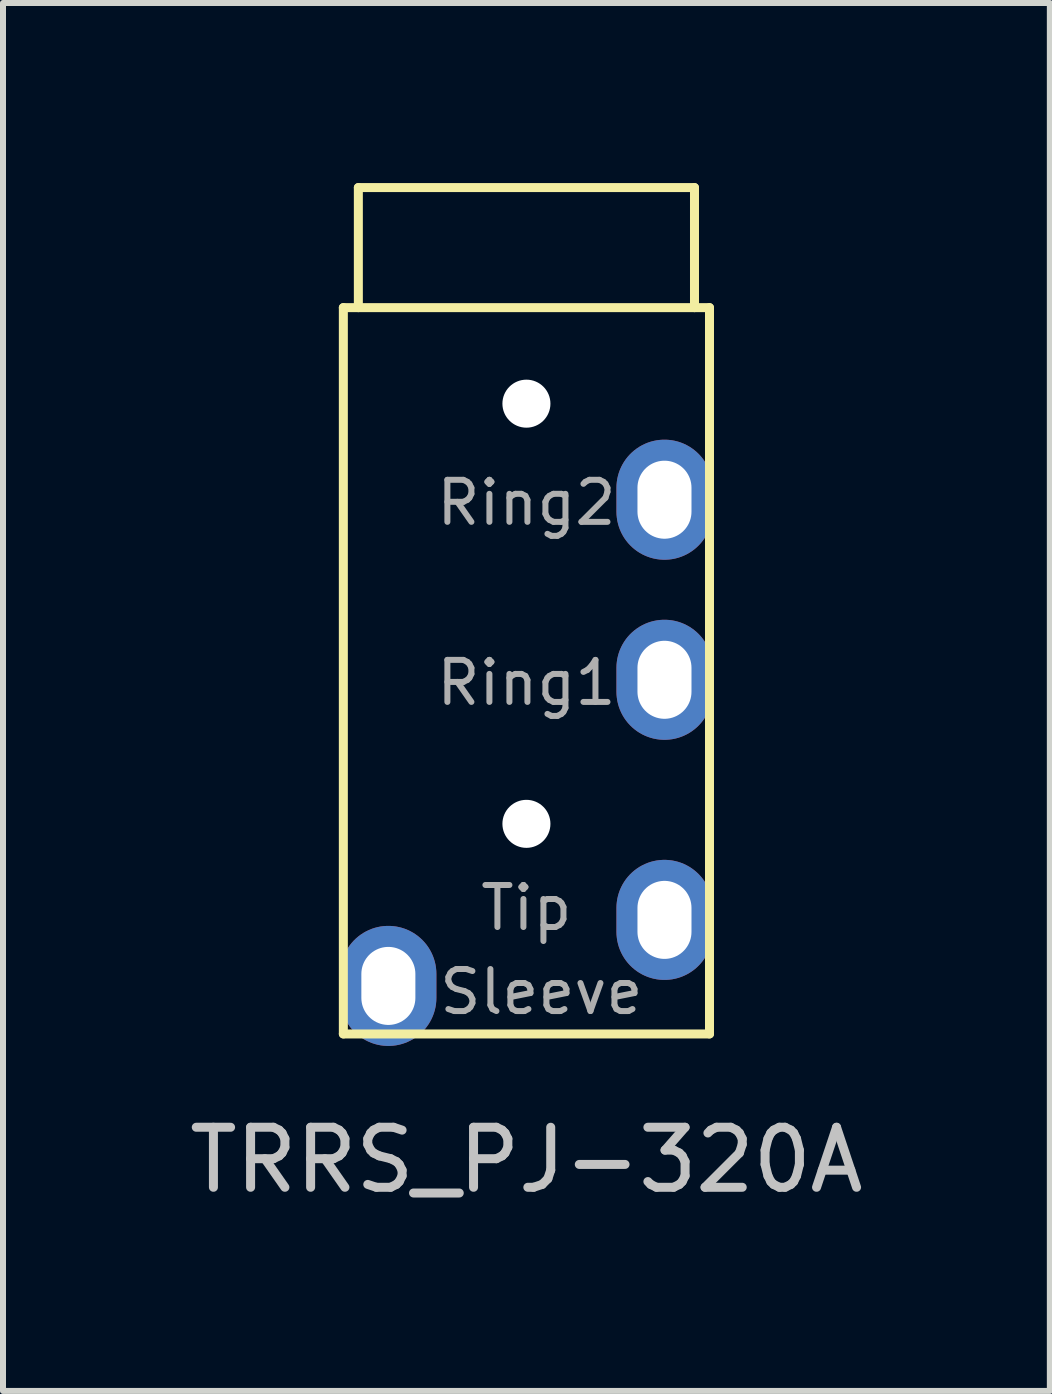
<source format=kicad_pcb>
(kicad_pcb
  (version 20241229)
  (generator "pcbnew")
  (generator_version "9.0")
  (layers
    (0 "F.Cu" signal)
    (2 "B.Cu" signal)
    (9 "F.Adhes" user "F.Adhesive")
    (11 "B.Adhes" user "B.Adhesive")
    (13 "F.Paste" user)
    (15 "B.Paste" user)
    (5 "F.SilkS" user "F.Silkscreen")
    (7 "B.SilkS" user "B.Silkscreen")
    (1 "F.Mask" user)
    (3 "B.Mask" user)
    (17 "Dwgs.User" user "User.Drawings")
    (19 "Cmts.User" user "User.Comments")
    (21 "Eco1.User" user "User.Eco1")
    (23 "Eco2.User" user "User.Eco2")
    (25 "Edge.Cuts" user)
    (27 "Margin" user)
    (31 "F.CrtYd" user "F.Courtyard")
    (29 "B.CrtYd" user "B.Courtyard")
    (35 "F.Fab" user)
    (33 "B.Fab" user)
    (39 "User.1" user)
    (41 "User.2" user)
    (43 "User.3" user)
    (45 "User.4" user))
  (footprint "TRRS_PJ-320A"
    (layer "F.Cu")
    (at 5.72 2.075)
    (property "Reference" "TRRS_PJ-320A" (at 0 14.2 0) (layer "Dwgs.User") (effects (font (size 1 1) (thickness 0.15))))
    (attr through_hole)
    (fp_line (start -3.05 0) (end -3.05 12.1) (stroke (width 0.15) (type solid)) (layer "F.SilkS"))
    (fp_line (start -2.8 0) (end -2.8 -2) (stroke (width 0.15) (type solid)) (layer "F.SilkS"))
    (fp_line (start 2.8 -2) (end -2.8 -2) (stroke (width 0.15) (type solid)) (layer "F.SilkS"))
    (fp_line (start 2.8 0) (end 2.8 -2) (stroke (width 0.15) (type solid)) (layer "F.SilkS"))
    (fp_line (start 3.05 0) (end -3.05 0) (stroke (width 0.15) (type solid)) (layer "F.SilkS"))
    (fp_line (start 3.05 0) (end 3.05 12.1) (stroke (width 0.15) (type solid)) (layer "F.SilkS"))
    (fp_line (start 3.05 12.1) (end -3.05 12.1) (stroke (width 0.15) (type solid)) (layer "F.SilkS"))
    (fp_text user "Sleeve" (at 0.25 11.4 0) (layer "F.Fab") (effects (font (size 0.7 0.7) (thickness 0.1))))
    (fp_text user "Tip" (at 0 10 0) (layer "F.Fab") (effects (font (size 0.7 0.7) (thickness 0.1))))
    (fp_text user "Ring1" (at 0 6.25 0) (layer "F.Fab") (effects (font (size 0.7 0.7) (thickness 0.1))))
    (fp_text user "Ring2" (at 0 3.25 0) (layer "F.Fab") (effects (font (size 0.7 0.7) (thickness 0.1))))
    (pad "" np_thru_hole circle (at 0 1.6) (size 0.8 0.8) (drill 0.8) (layers "*.Cu" "*.Mask"))
    (pad "" np_thru_hole circle (at 0 8.6) (size 0.8 0.8) (drill 0.8) (layers "*.Cu" "*.Mask"))
    (pad "1" thru_hole oval (at -2.3 11.3) (size 1.6 2) (drill oval 0.9 1.3) (layers "*.Cu" "*.Mask"))
    (pad "2" thru_hole oval (at 2.3 10.2) (size 1.6 2) (drill oval 0.9 1.3) (layers "*.Cu" "*.Mask"))
    (pad "3" thru_hole oval (at 2.3 6.2) (size 1.6 2) (drill oval 0.9 1.3) (layers "*.Cu" "*.Mask"))
    (pad "4" thru_hole oval (at 2.3 3.2) (size 1.6 2) (drill oval 0.9 1.3) (layers "*.Cu" "*.Mask")))
  (gr_rect
    (start -3 -3)
    (end 14.44 20.123)
    (stroke (width 0.1) (type default))
    (fill no)
    (layer "Edge.Cuts")))
</source>
